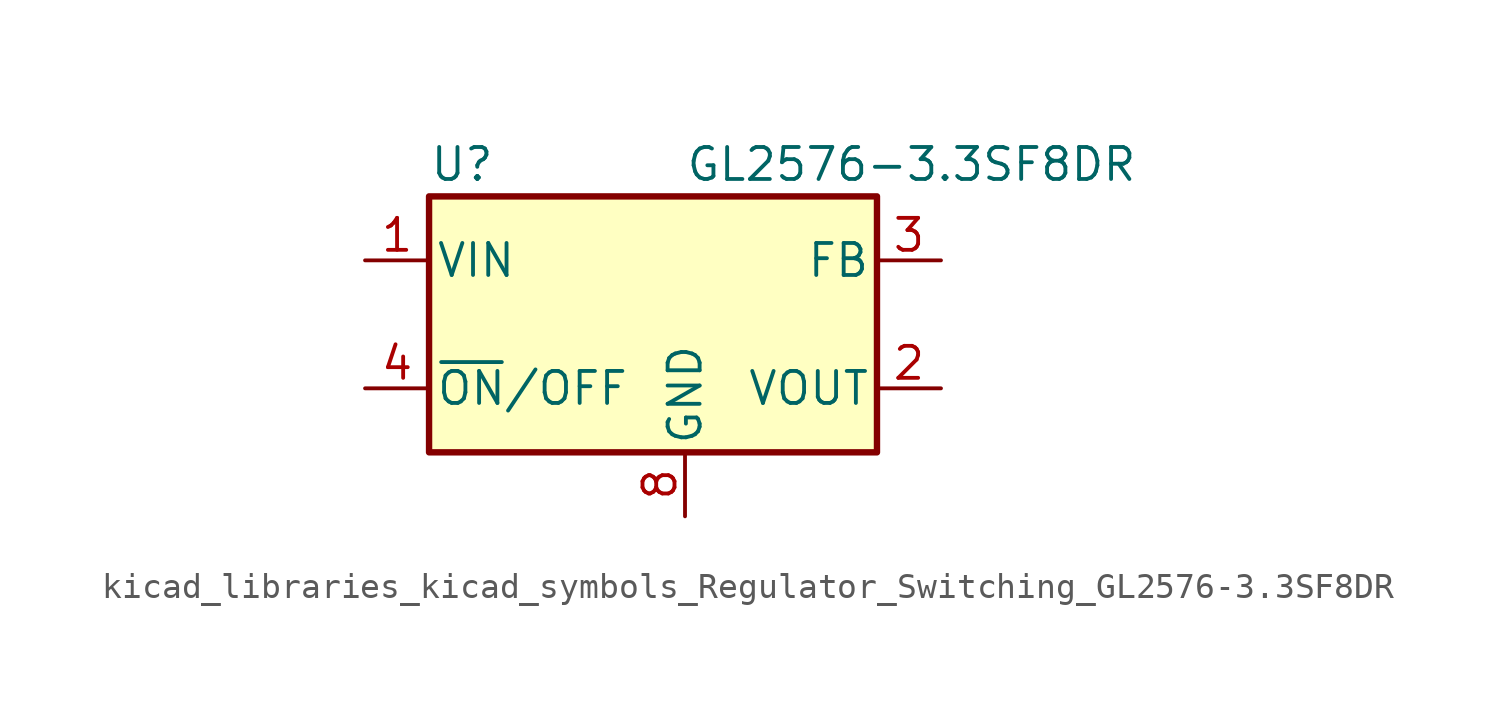
<source format=kicad_sym>
(kicad_symbol_lib
  (version 20220914)
  (generator kicad_symbol_editor)
  (symbol "kicad_libraries_kicad_symbols_Regulator_Switching_GL2576-3.3SF8DR"
    (pin_names
      (offset 0.254))
    (property "Reference" "U"
      (at -10.16 6.35 0)
      (effects (font (size 1.27 1.27)) (justify left)))
    (property "Value" "GL2576-3.3SF8DR"
      (at 0 6.35 0)
      (effects (font (size 1.27 1.27)) (justify left)))
    (symbol "kicad_libraries_kicad_symbols_Regulator_Switching_GL2576-3.3SF8DR_0_1"
      (rectangle (start -10.16 5.08) (end 7.62 -5.08) (stroke (width 0.254) (type default)) (fill (type background))))
    (symbol "kicad_libraries_kicad_symbols_Regulator_Switching_GL2576-3.3SF8DR_1_1"
      (pin power_in line (at -12.7 2.54 0) (length 2.54) (name "VIN" (effects (font (size 1.27 1.27)))) (number "1" (effects (font (size 1.27 1.27)))))
      (pin output line (at 10.16 -2.54 180) (length 2.54) (name "VOUT" (effects (font (size 1.27 1.27)))) (number "2" (effects (font (size 1.27 1.27)))))
      (pin passive line (at 10.16 2.54 180) (length 2.54) (name "FB" (effects (font (size 1.27 1.27)))) (number "3" (effects (font (size 1.27 1.27)))))
      (pin input line (at -12.7 -2.54 0) (length 2.54) (name "~{ON}/OFF" (effects (font (size 1.27 1.27)))) (number "4" (effects (font (size 1.27 1.27)))))
      (pin passive line (at 0 -7.62 90) (length 2.54) hide (name "GND" (effects (font (size 1.27 1.27)))) (number "5" (effects (font (size 1.27 1.27)))))
      (pin passive line (at 0 -7.62 90) (length 2.54) hide (name "GND" (effects (font (size 1.27 1.27)))) (number "6" (effects (font (size 1.27 1.27)))))
      (pin passive line (at 0 -7.62 90) (length 2.54) hide (name "GND" (effects (font (size 1.27 1.27)))) (number "7" (effects (font (size 1.27 1.27)))))
      (pin power_in line (at 0 -7.62 90) (length 2.54) (name "GND" (effects (font (size 1.27 1.27)))) (number "8" (effects (font (size 1.27 1.27))))))))
</source>
